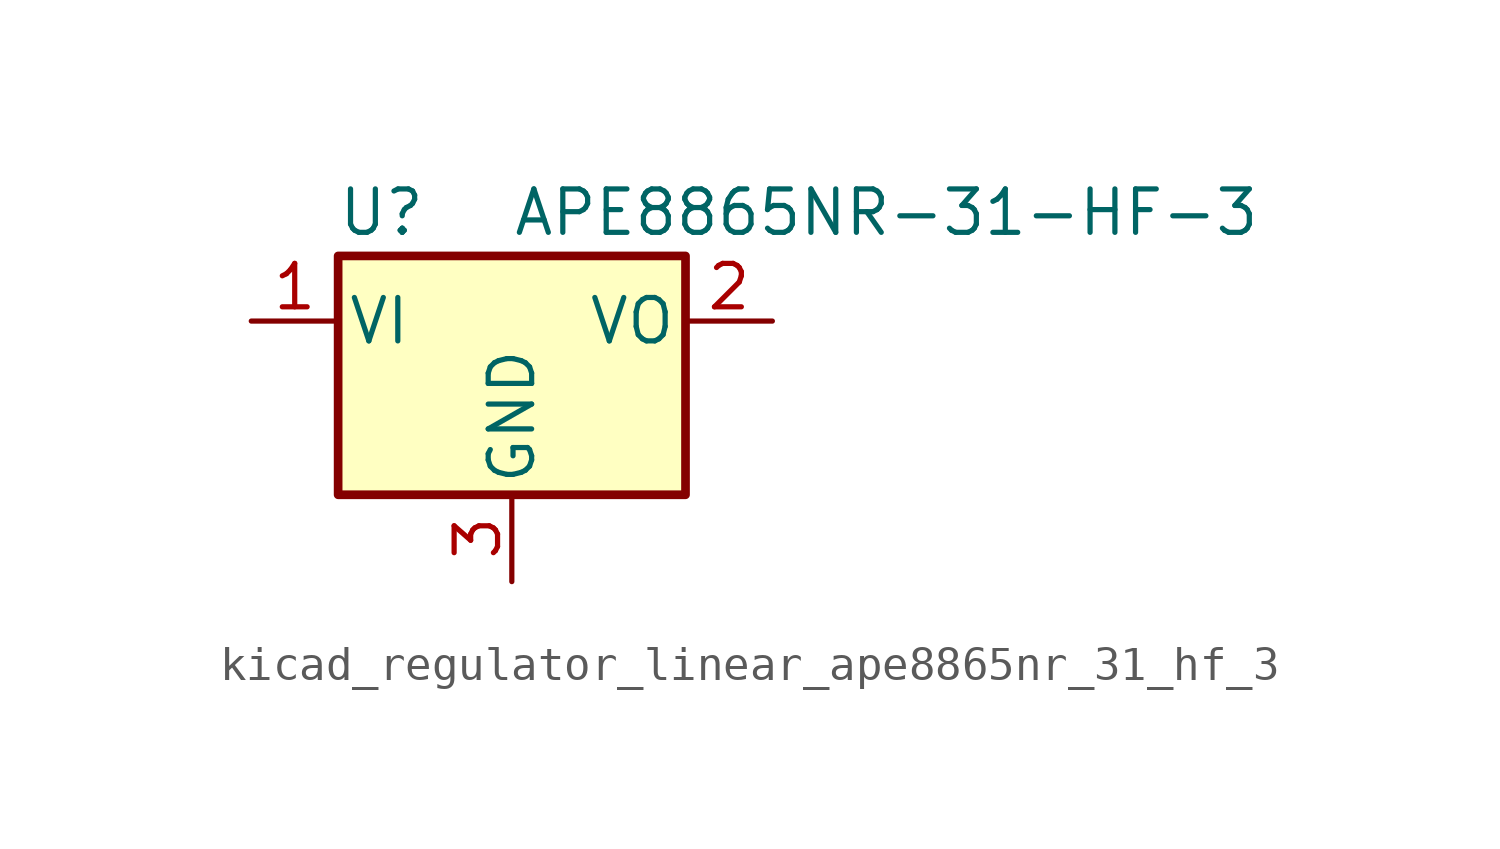
<source format=kicad_sym>
(kicad_symbol_lib
  (version 20220914)
  (generator kicad_symbol_editor)
  (symbol "kicad_regulator_linear_ape8865nr_31_hf_3"
    (pin_names
      (offset 0.254))
    (property "Reference" "U"
      (at -3.81 3.175 0)
      (effects (font (size 1.27 1.27))))
    (property "Value" "APE8865NR-31-HF-3"
      (at 0 3.175 0)
      (effects (font (size 1.27 1.27)) (justify left)))
    (symbol "kicad_regulator_linear_ape8865nr_31_hf_3_0_1"
      (rectangle (start -5.08 1.905) (end 5.08 -5.08) (stroke (width 0.254) (type default)) (fill (type background))))
    (symbol "kicad_regulator_linear_ape8865nr_31_hf_3_1_1"
      (pin power_in line (at -7.62 0 0) (length 2.54) (name "VI" (effects (font (size 1.27 1.27)))) (number "1" (effects (font (size 1.27 1.27)))))
      (pin power_out line (at 7.62 0 180) (length 2.54) (name "VO" (effects (font (size 1.27 1.27)))) (number "2" (effects (font (size 1.27 1.27)))))
      (pin power_in line (at 0 -7.62 90) (length 2.54) (name "GND" (effects (font (size 1.27 1.27)))) (number "3" (effects (font (size 1.27 1.27))))))))
</source>
